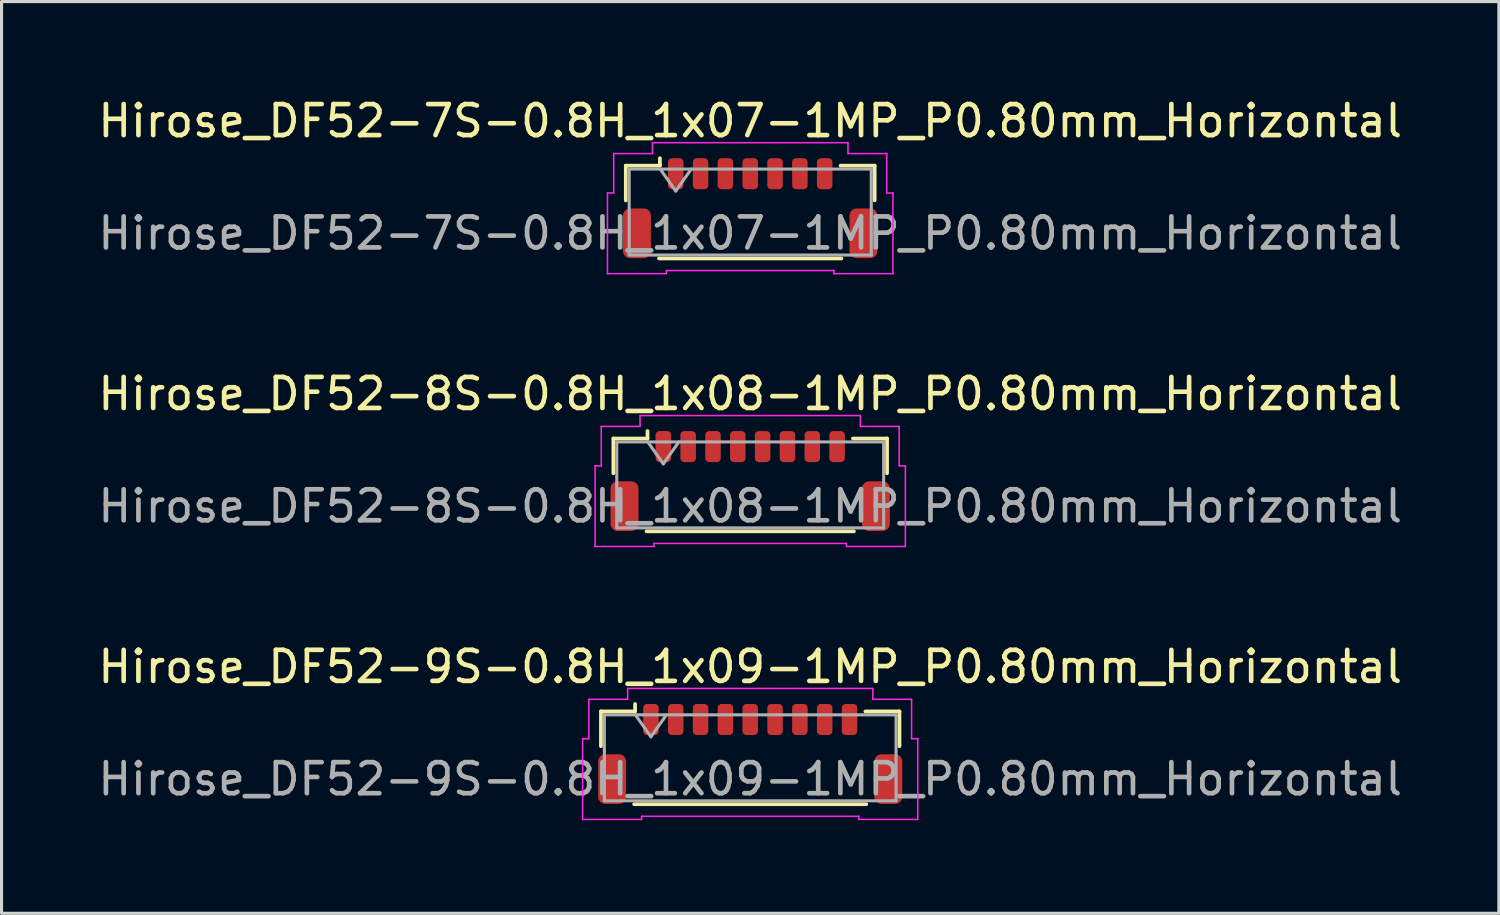
<source format=kicad_pcb>
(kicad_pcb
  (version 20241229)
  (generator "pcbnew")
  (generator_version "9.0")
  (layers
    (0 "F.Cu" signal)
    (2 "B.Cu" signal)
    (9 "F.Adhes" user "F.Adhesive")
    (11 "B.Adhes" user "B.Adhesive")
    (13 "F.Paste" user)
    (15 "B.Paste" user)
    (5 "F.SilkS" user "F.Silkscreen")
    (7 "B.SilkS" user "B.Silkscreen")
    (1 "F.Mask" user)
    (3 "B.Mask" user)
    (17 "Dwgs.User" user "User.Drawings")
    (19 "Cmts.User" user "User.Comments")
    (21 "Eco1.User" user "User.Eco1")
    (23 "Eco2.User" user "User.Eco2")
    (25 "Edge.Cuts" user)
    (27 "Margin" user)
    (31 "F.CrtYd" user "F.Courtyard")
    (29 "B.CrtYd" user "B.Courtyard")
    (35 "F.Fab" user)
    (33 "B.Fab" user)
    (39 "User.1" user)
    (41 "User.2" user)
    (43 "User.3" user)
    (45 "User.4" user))
  (footprint "Hirose_DF52-9S-0.8H_1x09-1MP_P0.80mm_Horizontal"
    (layer "F.Cu")
    (at 21.125 21.245)
    (property "Reference" "Hirose_DF52-9S-0.8H_1x09-1MP_P0.80mm_Horizontal" (at 0 -2.81 0) (layer "F.SilkS") (effects (font (size 1 1) (thickness 0.15))))
    (attr smd)
    (fp_line (start -4.81 -1.37) (end -3.71 -1.37) (stroke (width 0.12) (type solid)) (layer "F.SilkS"))
    (fp_line (start -4.81 -0.25) (end -4.81 -1.37) (stroke (width 0.12) (type solid)) (layer "F.SilkS"))
    (fp_line (start -3.74 1.62) (end 3.74 1.62) (stroke (width 0.12) (type solid)) (layer "F.SilkS"))
    (fp_line (start -3.71 -1.37) (end -3.71 -1.61) (stroke (width 0.12) (type solid)) (layer "F.SilkS"))
    (fp_line (start 4.81 -1.37) (end 3.71 -1.37) (stroke (width 0.12) (type solid)) (layer "F.SilkS"))
    (fp_line (start 4.81 -0.25) (end 4.81 -1.37) (stroke (width 0.12) (type solid)) (layer "F.SilkS"))
    (fp_line (start -5.4 -0.49) (end -5.2 -0.49) (stroke (width 0.05) (type solid)) (layer "F.CrtYd"))
    (fp_line (start -5.4 2.11) (end -5.4 -0.49) (stroke (width 0.05) (type solid)) (layer "F.CrtYd"))
    (fp_line (start -5.2 -1.76) (end -3.95 -1.76) (stroke (width 0.05) (type solid)) (layer "F.CrtYd"))
    (fp_line (start -5.2 -0.49) (end -5.2 -1.76) (stroke (width 0.05) (type solid)) (layer "F.CrtYd"))
    (fp_line (start -3.95 -2.11) (end 3.95 -2.11) (stroke (width 0.05) (type solid)) (layer "F.CrtYd"))
    (fp_line (start -3.95 -1.76) (end -3.95 -2.11) (stroke (width 0.05) (type solid)) (layer "F.CrtYd"))
    (fp_line (start -3.5 2.01) (end -3.5 2.11) (stroke (width 0.05) (type solid)) (layer "F.CrtYd"))
    (fp_line (start -3.5 2.11) (end -5.4 2.11) (stroke (width 0.05) (type solid)) (layer "F.CrtYd"))
    (fp_line (start 3.5 2.01) (end -3.5 2.01) (stroke (width 0.05) (type solid)) (layer "F.CrtYd"))
    (fp_line (start 3.5 2.11) (end 3.5 2.01) (stroke (width 0.05) (type solid)) (layer "F.CrtYd"))
    (fp_line (start 3.95 -2.11) (end 3.95 -1.76) (stroke (width 0.05) (type solid)) (layer "F.CrtYd"))
    (fp_line (start 3.95 -1.76) (end 5.2 -1.76) (stroke (width 0.05) (type solid)) (layer "F.CrtYd"))
    (fp_line (start 5.2 -1.76) (end 5.2 -0.49) (stroke (width 0.05) (type solid)) (layer "F.CrtYd"))
    (fp_line (start 5.2 -0.49) (end 5.4 -0.49) (stroke (width 0.05) (type solid)) (layer "F.CrtYd"))
    (fp_line (start 5.4 -0.49) (end 5.4 2.11) (stroke (width 0.05) (type solid)) (layer "F.CrtYd"))
    (fp_line (start 5.4 2.11) (end 3.5 2.11) (stroke (width 0.05) (type solid)) (layer "F.CrtYd"))
    (fp_line (start -4.7 -1.26) (end -4.7 1.51) (stroke (width 0.1) (type solid)) (layer "F.Fab"))
    (fp_line (start -4.7 -1.26) (end 4.7 -1.26) (stroke (width 0.1) (type solid)) (layer "F.Fab"))
    (fp_line (start -4.7 1.51) (end 4.7 1.51) (stroke (width 0.1) (type solid)) (layer "F.Fab"))
    (fp_line (start -3.7 -1.26) (end -3.2 -0.553) (stroke (width 0.1) (type solid)) (layer "F.Fab"))
    (fp_line (start -3.2 -0.553) (end -2.7 -1.26) (stroke (width 0.1) (type solid)) (layer "F.Fab"))
    (fp_line (start 4.7 -1.26) (end 4.7 1.51) (stroke (width 0.1) (type solid)) (layer "F.Fab"))
    (fp_text user "${REFERENCE}" (at 0 0.81 0) (layer "F.Fab") (effects (font (size 1 1) (thickness 0.15))))
    (pad "1" smd roundrect (at -3.2 -1.11) (size 0.5 1) (layers "F.Cu" "F.Mask" "F.Paste") (roundrect_rratio 0.25))
    (pad "2" smd roundrect (at -2.4 -1.11) (size 0.5 1) (layers "F.Cu" "F.Mask" "F.Paste") (roundrect_rratio 0.25))
    (pad "3" smd roundrect (at -1.6 -1.11) (size 0.5 1) (layers "F.Cu" "F.Mask" "F.Paste") (roundrect_rratio 0.25))
    (pad "4" smd roundrect (at -0.8 -1.11) (size 0.5 1) (layers "F.Cu" "F.Mask" "F.Paste") (roundrect_rratio 0.25))
    (pad "5" smd roundrect (at 0 -1.11) (size 0.5 1) (layers "F.Cu" "F.Mask" "F.Paste") (roundrect_rratio 0.25))
    (pad "6" smd roundrect (at 0.8 -1.11) (size 0.5 1) (layers "F.Cu" "F.Mask" "F.Paste") (roundrect_rratio 0.25))
    (pad "7" smd roundrect (at 1.6 -1.11) (size 0.5 1) (layers "F.Cu" "F.Mask" "F.Paste") (roundrect_rratio 0.25))
    (pad "8" smd roundrect (at 2.4 -1.11) (size 0.5 1) (layers "F.Cu" "F.Mask" "F.Paste") (roundrect_rratio 0.25))
    (pad "9" smd roundrect (at 3.2 -1.11) (size 0.5 1) (layers "F.Cu" "F.Mask" "F.Paste") (roundrect_rratio 0.25))
    (pad "MP" smd roundrect (at -4.45 0.81) (size 0.9 1.6) (layers "F.Cu" "F.Mask" "F.Paste") (roundrect_rratio 0.25))
    (pad "MP" smd roundrect (at 4.45 0.81) (size 0.9 1.6) (layers "F.Cu" "F.Mask" "F.Paste") (roundrect_rratio 0.25)))
  (footprint "Hirose_DF52-7S-0.8H_1x07-1MP_P0.80mm_Horizontal"
    (layer "F.Cu")
    (at 21.125 3.658)
    (property "Reference" "Hirose_DF52-7S-0.8H_1x07-1MP_P0.80mm_Horizontal" (at 0 -2.81 0) (layer "F.SilkS") (effects (font (size 1 1) (thickness 0.15))))
    (attr smd)
    (fp_line (start -4.01 -1.37) (end -2.91 -1.37) (stroke (width 0.12) (type solid)) (layer "F.SilkS"))
    (fp_line (start -4.01 -0.25) (end -4.01 -1.37) (stroke (width 0.12) (type solid)) (layer "F.SilkS"))
    (fp_line (start -2.94 1.62) (end 2.94 1.62) (stroke (width 0.12) (type solid)) (layer "F.SilkS"))
    (fp_line (start -2.91 -1.37) (end -2.91 -1.61) (stroke (width 0.12) (type solid)) (layer "F.SilkS"))
    (fp_line (start 4.01 -1.37) (end 2.91 -1.37) (stroke (width 0.12) (type solid)) (layer "F.SilkS"))
    (fp_line (start 4.01 -0.25) (end 4.01 -1.37) (stroke (width 0.12) (type solid)) (layer "F.SilkS"))
    (fp_line (start -4.6 -0.49) (end -4.4 -0.49) (stroke (width 0.05) (type solid)) (layer "F.CrtYd"))
    (fp_line (start -4.6 2.11) (end -4.6 -0.49) (stroke (width 0.05) (type solid)) (layer "F.CrtYd"))
    (fp_line (start -4.4 -1.76) (end -3.15 -1.76) (stroke (width 0.05) (type solid)) (layer "F.CrtYd"))
    (fp_line (start -4.4 -0.49) (end -4.4 -1.76) (stroke (width 0.05) (type solid)) (layer "F.CrtYd"))
    (fp_line (start -3.15 -2.11) (end 3.15 -2.11) (stroke (width 0.05) (type solid)) (layer "F.CrtYd"))
    (fp_line (start -3.15 -1.76) (end -3.15 -2.11) (stroke (width 0.05) (type solid)) (layer "F.CrtYd"))
    (fp_line (start -2.7 2.01) (end -2.7 2.11) (stroke (width 0.05) (type solid)) (layer "F.CrtYd"))
    (fp_line (start -2.7 2.11) (end -4.6 2.11) (stroke (width 0.05) (type solid)) (layer "F.CrtYd"))
    (fp_line (start 2.7 2.01) (end -2.7 2.01) (stroke (width 0.05) (type solid)) (layer "F.CrtYd"))
    (fp_line (start 2.7 2.11) (end 2.7 2.01) (stroke (width 0.05) (type solid)) (layer "F.CrtYd"))
    (fp_line (start 3.15 -2.11) (end 3.15 -1.76) (stroke (width 0.05) (type solid)) (layer "F.CrtYd"))
    (fp_line (start 3.15 -1.76) (end 4.4 -1.76) (stroke (width 0.05) (type solid)) (layer "F.CrtYd"))
    (fp_line (start 4.4 -1.76) (end 4.4 -0.49) (stroke (width 0.05) (type solid)) (layer "F.CrtYd"))
    (fp_line (start 4.4 -0.49) (end 4.6 -0.49) (stroke (width 0.05) (type solid)) (layer "F.CrtYd"))
    (fp_line (start 4.6 -0.49) (end 4.6 2.11) (stroke (width 0.05) (type solid)) (layer "F.CrtYd"))
    (fp_line (start 4.6 2.11) (end 2.7 2.11) (stroke (width 0.05) (type solid)) (layer "F.CrtYd"))
    (fp_line (start -3.9 -1.26) (end -3.9 1.51) (stroke (width 0.1) (type solid)) (layer "F.Fab"))
    (fp_line (start -3.9 -1.26) (end 3.9 -1.26) (stroke (width 0.1) (type solid)) (layer "F.Fab"))
    (fp_line (start -3.9 1.51) (end 3.9 1.51) (stroke (width 0.1) (type solid)) (layer "F.Fab"))
    (fp_line (start -2.9 -1.26) (end -2.4 -0.553) (stroke (width 0.1) (type solid)) (layer "F.Fab"))
    (fp_line (start -2.4 -0.553) (end -1.9 -1.26) (stroke (width 0.1) (type solid)) (layer "F.Fab"))
    (fp_line (start 3.9 -1.26) (end 3.9 1.51) (stroke (width 0.1) (type solid)) (layer "F.Fab"))
    (fp_text user "${REFERENCE}" (at 0 0.81 0) (layer "F.Fab") (effects (font (size 1 1) (thickness 0.15))))
    (pad "1" smd roundrect (at -2.4 -1.11) (size 0.5 1) (layers "F.Cu" "F.Mask" "F.Paste") (roundrect_rratio 0.25))
    (pad "2" smd roundrect (at -1.6 -1.11) (size 0.5 1) (layers "F.Cu" "F.Mask" "F.Paste") (roundrect_rratio 0.25))
    (pad "3" smd roundrect (at -0.8 -1.11) (size 0.5 1) (layers "F.Cu" "F.Mask" "F.Paste") (roundrect_rratio 0.25))
    (pad "4" smd roundrect (at 0 -1.11) (size 0.5 1) (layers "F.Cu" "F.Mask" "F.Paste") (roundrect_rratio 0.25))
    (pad "5" smd roundrect (at 0.8 -1.11) (size 0.5 1) (layers "F.Cu" "F.Mask" "F.Paste") (roundrect_rratio 0.25))
    (pad "6" smd roundrect (at 1.6 -1.11) (size 0.5 1) (layers "F.Cu" "F.Mask" "F.Paste") (roundrect_rratio 0.25))
    (pad "7" smd roundrect (at 2.4 -1.11) (size 0.5 1) (layers "F.Cu" "F.Mask" "F.Paste") (roundrect_rratio 0.25))
    (pad "MP" smd roundrect (at -3.65 0.81) (size 0.9 1.6) (layers "F.Cu" "F.Mask" "F.Paste") (roundrect_rratio 0.25))
    (pad "MP" smd roundrect (at 3.65 0.81) (size 0.9 1.6) (layers "F.Cu" "F.Mask" "F.Paste") (roundrect_rratio 0.25)))
  (footprint "Hirose_DF52-8S-0.8H_1x08-1MP_P0.80mm_Horizontal"
    (layer "F.Cu")
    (at 21.125 12.451)
    (property "Reference" "Hirose_DF52-8S-0.8H_1x08-1MP_P0.80mm_Horizontal" (at 0 -2.81 0) (layer "F.SilkS") (effects (font (size 1 1) (thickness 0.15))))
    (attr smd)
    (fp_line (start -4.41 -1.37) (end -3.31 -1.37) (stroke (width 0.12) (type solid)) (layer "F.SilkS"))
    (fp_line (start -4.41 -0.25) (end -4.41 -1.37) (stroke (width 0.12) (type solid)) (layer "F.SilkS"))
    (fp_line (start -3.34 1.62) (end 3.34 1.62) (stroke (width 0.12) (type solid)) (layer "F.SilkS"))
    (fp_line (start -3.31 -1.37) (end -3.31 -1.61) (stroke (width 0.12) (type solid)) (layer "F.SilkS"))
    (fp_line (start 4.41 -1.37) (end 3.31 -1.37) (stroke (width 0.12) (type solid)) (layer "F.SilkS"))
    (fp_line (start 4.41 -0.25) (end 4.41 -1.37) (stroke (width 0.12) (type solid)) (layer "F.SilkS"))
    (fp_line (start -5 -0.49) (end -4.8 -0.49) (stroke (width 0.05) (type solid)) (layer "F.CrtYd"))
    (fp_line (start -5 2.11) (end -5 -0.49) (stroke (width 0.05) (type solid)) (layer "F.CrtYd"))
    (fp_line (start -4.8 -1.76) (end -3.55 -1.76) (stroke (width 0.05) (type solid)) (layer "F.CrtYd"))
    (fp_line (start -4.8 -0.49) (end -4.8 -1.76) (stroke (width 0.05) (type solid)) (layer "F.CrtYd"))
    (fp_line (start -3.55 -2.11) (end 3.55 -2.11) (stroke (width 0.05) (type solid)) (layer "F.CrtYd"))
    (fp_line (start -3.55 -1.76) (end -3.55 -2.11) (stroke (width 0.05) (type solid)) (layer "F.CrtYd"))
    (fp_line (start -3.1 2.01) (end -3.1 2.11) (stroke (width 0.05) (type solid)) (layer "F.CrtYd"))
    (fp_line (start -3.1 2.11) (end -5 2.11) (stroke (width 0.05) (type solid)) (layer "F.CrtYd"))
    (fp_line (start 3.1 2.01) (end -3.1 2.01) (stroke (width 0.05) (type solid)) (layer "F.CrtYd"))
    (fp_line (start 3.1 2.11) (end 3.1 2.01) (stroke (width 0.05) (type solid)) (layer "F.CrtYd"))
    (fp_line (start 3.55 -2.11) (end 3.55 -1.76) (stroke (width 0.05) (type solid)) (layer "F.CrtYd"))
    (fp_line (start 3.55 -1.76) (end 4.8 -1.76) (stroke (width 0.05) (type solid)) (layer "F.CrtYd"))
    (fp_line (start 4.8 -1.76) (end 4.8 -0.49) (stroke (width 0.05) (type solid)) (layer "F.CrtYd"))
    (fp_line (start 4.8 -0.49) (end 5 -0.49) (stroke (width 0.05) (type solid)) (layer "F.CrtYd"))
    (fp_line (start 5 -0.49) (end 5 2.11) (stroke (width 0.05) (type solid)) (layer "F.CrtYd"))
    (fp_line (start 5 2.11) (end 3.1 2.11) (stroke (width 0.05) (type solid)) (layer "F.CrtYd"))
    (fp_line (start -4.3 -1.26) (end -4.3 1.51) (stroke (width 0.1) (type solid)) (layer "F.Fab"))
    (fp_line (start -4.3 -1.26) (end 4.3 -1.26) (stroke (width 0.1) (type solid)) (layer "F.Fab"))
    (fp_line (start -4.3 1.51) (end 4.3 1.51) (stroke (width 0.1) (type solid)) (layer "F.Fab"))
    (fp_line (start -3.3 -1.26) (end -2.8 -0.553) (stroke (width 0.1) (type solid)) (layer "F.Fab"))
    (fp_line (start -2.8 -0.553) (end -2.3 -1.26) (stroke (width 0.1) (type solid)) (layer "F.Fab"))
    (fp_line (start 4.3 -1.26) (end 4.3 1.51) (stroke (width 0.1) (type solid)) (layer "F.Fab"))
    (fp_text user "${REFERENCE}" (at 0 0.81 0) (layer "F.Fab") (effects (font (size 1 1) (thickness 0.15))))
    (pad "1" smd roundrect (at -2.8 -1.11) (size 0.5 1) (layers "F.Cu" "F.Mask" "F.Paste") (roundrect_rratio 0.25))
    (pad "2" smd roundrect (at -2 -1.11) (size 0.5 1) (layers "F.Cu" "F.Mask" "F.Paste") (roundrect_rratio 0.25))
    (pad "3" smd roundrect (at -1.2 -1.11) (size 0.5 1) (layers "F.Cu" "F.Mask" "F.Paste") (roundrect_rratio 0.25))
    (pad "4" smd roundrect (at -0.4 -1.11) (size 0.5 1) (layers "F.Cu" "F.Mask" "F.Paste") (roundrect_rratio 0.25))
    (pad "5" smd roundrect (at 0.4 -1.11) (size 0.5 1) (layers "F.Cu" "F.Mask" "F.Paste") (roundrect_rratio 0.25))
    (pad "6" smd roundrect (at 1.2 -1.11) (size 0.5 1) (layers "F.Cu" "F.Mask" "F.Paste") (roundrect_rratio 0.25))
    (pad "7" smd roundrect (at 2 -1.11) (size 0.5 1) (layers "F.Cu" "F.Mask" "F.Paste") (roundrect_rratio 0.25))
    (pad "8" smd roundrect (at 2.8 -1.11) (size 0.5 1) (layers "F.Cu" "F.Mask" "F.Paste") (roundrect_rratio 0.25))
    (pad "MP" smd roundrect (at -4.05 0.81) (size 0.9 1.6) (layers "F.Cu" "F.Mask" "F.Paste") (roundrect_rratio 0.25))
    (pad "MP" smd roundrect (at 4.05 0.81) (size 0.9 1.6) (layers "F.Cu" "F.Mask" "F.Paste") (roundrect_rratio 0.25)))
  (gr_rect
    (start -3 -3)
    (end 45.25 26.38)
    (stroke (width 0.1) (type default))
    (fill no)
    (layer "Edge.Cuts")))
</source>
